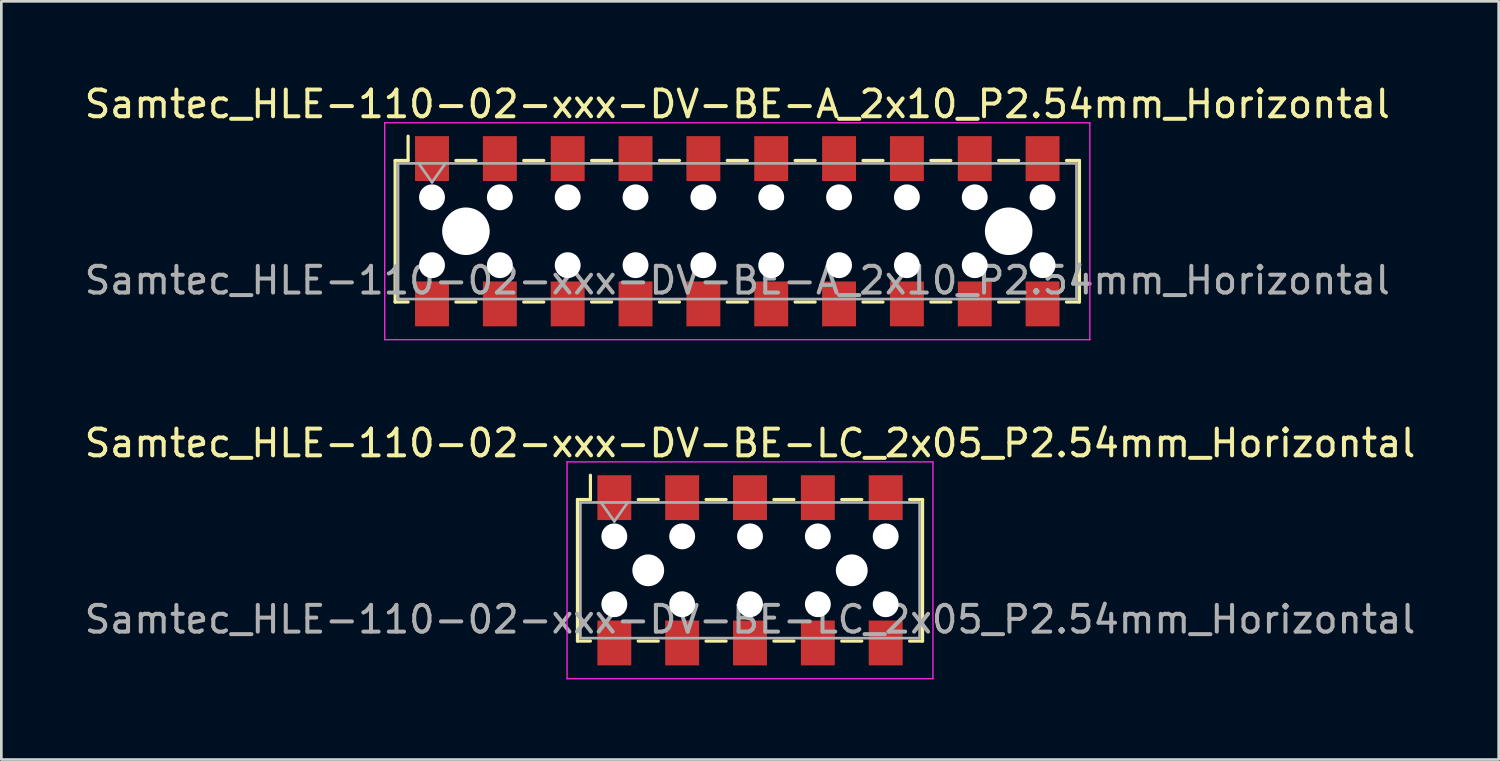
<source format=kicad_pcb>
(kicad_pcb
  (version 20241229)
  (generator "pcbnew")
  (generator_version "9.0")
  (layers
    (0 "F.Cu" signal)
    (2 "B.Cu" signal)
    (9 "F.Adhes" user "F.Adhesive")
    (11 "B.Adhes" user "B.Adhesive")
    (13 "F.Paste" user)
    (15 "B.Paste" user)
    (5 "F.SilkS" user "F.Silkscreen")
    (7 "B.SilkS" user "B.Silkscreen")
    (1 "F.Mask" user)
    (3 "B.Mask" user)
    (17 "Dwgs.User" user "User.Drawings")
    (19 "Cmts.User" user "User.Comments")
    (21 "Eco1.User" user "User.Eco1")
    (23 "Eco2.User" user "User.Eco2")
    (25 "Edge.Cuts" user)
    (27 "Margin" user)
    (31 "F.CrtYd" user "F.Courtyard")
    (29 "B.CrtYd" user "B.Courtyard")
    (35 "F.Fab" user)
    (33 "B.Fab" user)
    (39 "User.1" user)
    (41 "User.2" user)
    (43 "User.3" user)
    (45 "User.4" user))
  (footprint "Samtec_HLE-110-02-xxx-DV-BE-A_2x10_P2.54mm_Horizontal"
    (layer "F.Cu")
    (at 24.554 5.608)
    (property "Reference" "Samtec_HLE-110-02-xxx-DV-BE-A_2x10_P2.54mm_Horizontal" (at 0 -4.76 0) (layer "F.SilkS") (effects (font (size 1 1) (thickness 0.15))))
    (attr smd)
    (fp_line (start -12.81 -2.65) (end -12.81 2.65) (stroke (width 0.12) (type solid)) (layer "F.SilkS"))
    (fp_line (start -12.81 2.65) (end -12.325 2.65) (stroke (width 0.12) (type solid)) (layer "F.SilkS"))
    (fp_line (start -12.325 -3.56) (end -12.325 -2.65) (stroke (width 0.12) (type solid)) (layer "F.SilkS"))
    (fp_line (start -12.325 -2.65) (end -12.81 -2.65) (stroke (width 0.12) (type solid)) (layer "F.SilkS"))
    (fp_line (start -10.535 -2.65) (end -9.785 -2.65) (stroke (width 0.12) (type solid)) (layer "F.SilkS"))
    (fp_line (start -10.535 2.65) (end -9.785 2.65) (stroke (width 0.12) (type solid)) (layer "F.SilkS"))
    (fp_line (start -7.995 -2.65) (end -7.245 -2.65) (stroke (width 0.12) (type solid)) (layer "F.SilkS"))
    (fp_line (start -7.995 2.65) (end -7.245 2.65) (stroke (width 0.12) (type solid)) (layer "F.SilkS"))
    (fp_line (start -5.455 -2.65) (end -4.705 -2.65) (stroke (width 0.12) (type solid)) (layer "F.SilkS"))
    (fp_line (start -5.455 2.65) (end -4.705 2.65) (stroke (width 0.12) (type solid)) (layer "F.SilkS"))
    (fp_line (start -2.915 -2.65) (end -2.165 -2.65) (stroke (width 0.12) (type solid)) (layer "F.SilkS"))
    (fp_line (start -2.915 2.65) (end -2.165 2.65) (stroke (width 0.12) (type solid)) (layer "F.SilkS"))
    (fp_line (start -0.375 -2.65) (end 0.375 -2.65) (stroke (width 0.12) (type solid)) (layer "F.SilkS"))
    (fp_line (start -0.375 2.65) (end 0.375 2.65) (stroke (width 0.12) (type solid)) (layer "F.SilkS"))
    (fp_line (start 2.165 -2.65) (end 2.915 -2.65) (stroke (width 0.12) (type solid)) (layer "F.SilkS"))
    (fp_line (start 2.165 2.65) (end 2.915 2.65) (stroke (width 0.12) (type solid)) (layer "F.SilkS"))
    (fp_line (start 4.705 -2.65) (end 5.455 -2.65) (stroke (width 0.12) (type solid)) (layer "F.SilkS"))
    (fp_line (start 4.705 2.65) (end 5.455 2.65) (stroke (width 0.12) (type solid)) (layer "F.SilkS"))
    (fp_line (start 7.245 -2.65) (end 7.995 -2.65) (stroke (width 0.12) (type solid)) (layer "F.SilkS"))
    (fp_line (start 7.245 2.65) (end 7.995 2.65) (stroke (width 0.12) (type solid)) (layer "F.SilkS"))
    (fp_line (start 9.785 -2.65) (end 10.535 -2.65) (stroke (width 0.12) (type solid)) (layer "F.SilkS"))
    (fp_line (start 9.785 2.65) (end 10.535 2.65) (stroke (width 0.12) (type solid)) (layer "F.SilkS"))
    (fp_line (start 12.325 -2.65) (end 12.81 -2.65) (stroke (width 0.12) (type solid)) (layer "F.SilkS"))
    (fp_line (start 12.81 -2.65) (end 12.81 2.65) (stroke (width 0.12) (type solid)) (layer "F.SilkS"))
    (fp_line (start 12.81 2.65) (end 12.325 2.65) (stroke (width 0.12) (type solid)) (layer "F.SilkS"))
    (fp_line (start -13.2 -4.06) (end 13.2 -4.06) (stroke (width 0.05) (type solid)) (layer "F.CrtYd"))
    (fp_line (start -13.2 4.06) (end -13.2 -4.06) (stroke (width 0.05) (type solid)) (layer "F.CrtYd"))
    (fp_line (start 13.2 -4.06) (end 13.2 4.06) (stroke (width 0.05) (type solid)) (layer "F.CrtYd"))
    (fp_line (start 13.2 4.06) (end -13.2 4.06) (stroke (width 0.05) (type solid)) (layer "F.CrtYd"))
    (fp_line (start -12.7 -2.54) (end 12.7 -2.54) (stroke (width 0.1) (type solid)) (layer "F.Fab"))
    (fp_line (start -12.7 2.54) (end -12.7 -2.54) (stroke (width 0.1) (type solid)) (layer "F.Fab"))
    (fp_line (start -11.93 -2.54) (end -11.43 -1.833) (stroke (width 0.1) (type solid)) (layer "F.Fab"))
    (fp_line (start -11.43 -1.833) (end -10.93 -2.54) (stroke (width 0.1) (type solid)) (layer "F.Fab"))
    (fp_line (start 12.7 -2.54) (end 12.7 2.54) (stroke (width 0.1) (type solid)) (layer "F.Fab"))
    (fp_line (start 12.7 2.54) (end -12.7 2.54) (stroke (width 0.1) (type solid)) (layer "F.Fab"))
    (fp_text user "${REFERENCE}" (at 0 1.84 0) (layer "F.Fab") (effects (font (size 1 1) (thickness 0.15))))
    (pad "" np_thru_hole circle (at -11.43 -1.27) (size 0.97 0.97) (drill 0.97) (layers "*.Cu" "*.Mask"))
    (pad "" np_thru_hole circle (at -11.43 1.27) (size 0.97 0.97) (drill 0.97) (layers "*.Cu" "*.Mask"))
    (pad "" np_thru_hole circle (at -10.16 0) (size 1.78 1.78) (drill 1.78) (layers "*.Cu" "*.Mask"))
    (pad "" np_thru_hole circle (at -8.89 -1.27) (size 0.97 0.97) (drill 0.97) (layers "*.Cu" "*.Mask"))
    (pad "" np_thru_hole circle (at -8.89 1.27) (size 0.97 0.97) (drill 0.97) (layers "*.Cu" "*.Mask"))
    (pad "" np_thru_hole circle (at -6.35 -1.27) (size 0.97 0.97) (drill 0.97) (layers "*.Cu" "*.Mask"))
    (pad "" np_thru_hole circle (at -6.35 1.27) (size 0.97 0.97) (drill 0.97) (layers "*.Cu" "*.Mask"))
    (pad "" np_thru_hole circle (at -3.81 -1.27) (size 0.97 0.97) (drill 0.97) (layers "*.Cu" "*.Mask"))
    (pad "" np_thru_hole circle (at -3.81 1.27) (size 0.97 0.97) (drill 0.97) (layers "*.Cu" "*.Mask"))
    (pad "" np_thru_hole circle (at -1.27 -1.27) (size 0.97 0.97) (drill 0.97) (layers "*.Cu" "*.Mask"))
    (pad "" np_thru_hole circle (at -1.27 1.27) (size 0.97 0.97) (drill 0.97) (layers "*.Cu" "*.Mask"))
    (pad "" np_thru_hole circle (at 1.27 -1.27) (size 0.97 0.97) (drill 0.97) (layers "*.Cu" "*.Mask"))
    (pad "" np_thru_hole circle (at 1.27 1.27) (size 0.97 0.97) (drill 0.97) (layers "*.Cu" "*.Mask"))
    (pad "" np_thru_hole circle (at 3.81 -1.27) (size 0.97 0.97) (drill 0.97) (layers "*.Cu" "*.Mask"))
    (pad "" np_thru_hole circle (at 3.81 1.27) (size 0.97 0.97) (drill 0.97) (layers "*.Cu" "*.Mask"))
    (pad "" np_thru_hole circle (at 6.35 -1.27) (size 0.97 0.97) (drill 0.97) (layers "*.Cu" "*.Mask"))
    (pad "" np_thru_hole circle (at 6.35 1.27) (size 0.97 0.97) (drill 0.97) (layers "*.Cu" "*.Mask"))
    (pad "" np_thru_hole circle (at 8.89 -1.27) (size 0.97 0.97) (drill 0.97) (layers "*.Cu" "*.Mask"))
    (pad "" np_thru_hole circle (at 8.89 1.27) (size 0.97 0.97) (drill 0.97) (layers "*.Cu" "*.Mask"))
    (pad "" np_thru_hole circle (at 10.16 0) (size 1.78 1.78) (drill 1.78) (layers "*.Cu" "*.Mask"))
    (pad "" np_thru_hole circle (at 11.43 -1.27) (size 0.97 0.97) (drill 0.97) (layers "*.Cu" "*.Mask"))
    (pad "" np_thru_hole circle (at 11.43 1.27) (size 0.97 0.97) (drill 0.97) (layers "*.Cu" "*.Mask"))
    (pad "1" smd rect (at -11.43 -2.72) (size 1.27 1.68) (layers "F.Cu" "F.Mask" "F.Paste"))
    (pad "2" smd rect (at -11.43 2.72) (size 1.27 1.68) (layers "F.Cu" "F.Mask" "F.Paste"))
    (pad "3" smd rect (at -8.89 -2.72) (size 1.27 1.68) (layers "F.Cu" "F.Mask" "F.Paste"))
    (pad "4" smd rect (at -8.89 2.72) (size 1.27 1.68) (layers "F.Cu" "F.Mask" "F.Paste"))
    (pad "5" smd rect (at -6.35 -2.72) (size 1.27 1.68) (layers "F.Cu" "F.Mask" "F.Paste"))
    (pad "6" smd rect (at -6.35 2.72) (size 1.27 1.68) (layers "F.Cu" "F.Mask" "F.Paste"))
    (pad "7" smd rect (at -3.81 -2.72) (size 1.27 1.68) (layers "F.Cu" "F.Mask" "F.Paste"))
    (pad "8" smd rect (at -3.81 2.72) (size 1.27 1.68) (layers "F.Cu" "F.Mask" "F.Paste"))
    (pad "9" smd rect (at -1.27 -2.72) (size 1.27 1.68) (layers "F.Cu" "F.Mask" "F.Paste"))
    (pad "10" smd rect (at -1.27 2.72) (size 1.27 1.68) (layers "F.Cu" "F.Mask" "F.Paste"))
    (pad "11" smd rect (at 1.27 -2.72) (size 1.27 1.68) (layers "F.Cu" "F.Mask" "F.Paste"))
    (pad "12" smd rect (at 1.27 2.72) (size 1.27 1.68) (layers "F.Cu" "F.Mask" "F.Paste"))
    (pad "13" smd rect (at 3.81 -2.72) (size 1.27 1.68) (layers "F.Cu" "F.Mask" "F.Paste"))
    (pad "14" smd rect (at 3.81 2.72) (size 1.27 1.68) (layers "F.Cu" "F.Mask" "F.Paste"))
    (pad "15" smd rect (at 6.35 -2.72) (size 1.27 1.68) (layers "F.Cu" "F.Mask" "F.Paste"))
    (pad "16" smd rect (at 6.35 2.72) (size 1.27 1.68) (layers "F.Cu" "F.Mask" "F.Paste"))
    (pad "17" smd rect (at 8.89 -2.72) (size 1.27 1.68) (layers "F.Cu" "F.Mask" "F.Paste"))
    (pad "18" smd rect (at 8.89 2.72) (size 1.27 1.68) (layers "F.Cu" "F.Mask" "F.Paste"))
    (pad "19" smd rect (at 11.43 -2.72) (size 1.27 1.68) (layers "F.Cu" "F.Mask" "F.Paste"))
    (pad "20" smd rect (at 11.43 2.72) (size 1.27 1.68) (layers "F.Cu" "F.Mask" "F.Paste")))
  (footprint "Samtec_HLE-110-02-xxx-DV-BE-LC_2x05_P2.54mm_Horizontal"
    (layer "F.Cu")
    (at 25.03 18.302)
    (property "Reference" "Samtec_HLE-110-02-xxx-DV-BE-LC_2x05_P2.54mm_Horizontal" (at 0 -4.76 0) (layer "F.SilkS") (effects (font (size 1 1) (thickness 0.15))))
    (attr smd)
    (fp_line (start -6.46 -2.65) (end -6.46 2.65) (stroke (width 0.12) (type solid)) (layer "F.SilkS"))
    (fp_line (start -6.46 2.65) (end -5.975 2.65) (stroke (width 0.12) (type solid)) (layer "F.SilkS"))
    (fp_line (start -5.975 -3.56) (end -5.975 -2.65) (stroke (width 0.12) (type solid)) (layer "F.SilkS"))
    (fp_line (start -5.975 -2.65) (end -6.46 -2.65) (stroke (width 0.12) (type solid)) (layer "F.SilkS"))
    (fp_line (start -4.185 -2.65) (end -3.435 -2.65) (stroke (width 0.12) (type solid)) (layer "F.SilkS"))
    (fp_line (start -4.185 2.65) (end -3.435 2.65) (stroke (width 0.12) (type solid)) (layer "F.SilkS"))
    (fp_line (start -1.645 -2.65) (end -0.895 -2.65) (stroke (width 0.12) (type solid)) (layer "F.SilkS"))
    (fp_line (start -1.645 2.65) (end -0.895 2.65) (stroke (width 0.12) (type solid)) (layer "F.SilkS"))
    (fp_line (start 0.895 -2.65) (end 1.645 -2.65) (stroke (width 0.12) (type solid)) (layer "F.SilkS"))
    (fp_line (start 0.895 2.65) (end 1.645 2.65) (stroke (width 0.12) (type solid)) (layer "F.SilkS"))
    (fp_line (start 3.435 -2.65) (end 4.185 -2.65) (stroke (width 0.12) (type solid)) (layer "F.SilkS"))
    (fp_line (start 3.435 2.65) (end 4.185 2.65) (stroke (width 0.12) (type solid)) (layer "F.SilkS"))
    (fp_line (start 5.975 -2.65) (end 6.46 -2.65) (stroke (width 0.12) (type solid)) (layer "F.SilkS"))
    (fp_line (start 6.46 -2.65) (end 6.46 2.65) (stroke (width 0.12) (type solid)) (layer "F.SilkS"))
    (fp_line (start 6.46 2.65) (end 5.975 2.65) (stroke (width 0.12) (type solid)) (layer "F.SilkS"))
    (fp_line (start -6.85 -4.06) (end 6.85 -4.06) (stroke (width 0.05) (type solid)) (layer "F.CrtYd"))
    (fp_line (start -6.85 4.06) (end -6.85 -4.06) (stroke (width 0.05) (type solid)) (layer "F.CrtYd"))
    (fp_line (start 6.85 -4.06) (end 6.85 4.06) (stroke (width 0.05) (type solid)) (layer "F.CrtYd"))
    (fp_line (start 6.85 4.06) (end -6.85 4.06) (stroke (width 0.05) (type solid)) (layer "F.CrtYd"))
    (fp_line (start -6.35 -2.54) (end 6.35 -2.54) (stroke (width 0.1) (type solid)) (layer "F.Fab"))
    (fp_line (start -6.35 2.54) (end -6.35 -2.54) (stroke (width 0.1) (type solid)) (layer "F.Fab"))
    (fp_line (start -5.58 -2.54) (end -5.08 -1.833) (stroke (width 0.1) (type solid)) (layer "F.Fab"))
    (fp_line (start -5.08 -1.833) (end -4.58 -2.54) (stroke (width 0.1) (type solid)) (layer "F.Fab"))
    (fp_line (start 6.35 -2.54) (end 6.35 2.54) (stroke (width 0.1) (type solid)) (layer "F.Fab"))
    (fp_line (start 6.35 2.54) (end -6.35 2.54) (stroke (width 0.1) (type solid)) (layer "F.Fab"))
    (fp_text user "${REFERENCE}" (at 0 1.84 0) (layer "F.Fab") (effects (font (size 1 1) (thickness 0.15))))
    (pad "" np_thru_hole circle (at -5.08 -1.27) (size 0.97 0.97) (drill 0.97) (layers "*.Cu" "*.Mask"))
    (pad "" np_thru_hole circle (at -5.08 1.27) (size 0.97 0.97) (drill 0.97) (layers "*.Cu" "*.Mask"))
    (pad "" np_thru_hole circle (at -3.81 0) (size 1.19 1.19) (drill 1.19) (layers "*.Cu" "*.Mask"))
    (pad "" np_thru_hole circle (at -2.54 -1.27) (size 0.97 0.97) (drill 0.97) (layers "*.Cu" "*.Mask"))
    (pad "" np_thru_hole circle (at -2.54 1.27) (size 0.97 0.97) (drill 0.97) (layers "*.Cu" "*.Mask"))
    (pad "" np_thru_hole circle (at 0 -1.27) (size 0.97 0.97) (drill 0.97) (layers "*.Cu" "*.Mask"))
    (pad "" np_thru_hole circle (at 0 1.27) (size 0.97 0.97) (drill 0.97) (layers "*.Cu" "*.Mask"))
    (pad "" np_thru_hole circle (at 2.54 -1.27) (size 0.97 0.97) (drill 0.97) (layers "*.Cu" "*.Mask"))
    (pad "" np_thru_hole circle (at 2.54 1.27) (size 0.97 0.97) (drill 0.97) (layers "*.Cu" "*.Mask"))
    (pad "" np_thru_hole circle (at 3.81 0) (size 1.19 1.19) (drill 1.19) (layers "*.Cu" "*.Mask"))
    (pad "" np_thru_hole circle (at 5.08 -1.27) (size 0.97 0.97) (drill 0.97) (layers "*.Cu" "*.Mask"))
    (pad "" np_thru_hole circle (at 5.08 1.27) (size 0.97 0.97) (drill 0.97) (layers "*.Cu" "*.Mask"))
    (pad "1" smd rect (at -5.08 -2.72) (size 1.27 1.68) (layers "F.Cu" "F.Mask" "F.Paste"))
    (pad "2" smd rect (at -5.08 2.72) (size 1.27 1.68) (layers "F.Cu" "F.Mask" "F.Paste"))
    (pad "3" smd rect (at -2.54 -2.72) (size 1.27 1.68) (layers "F.Cu" "F.Mask" "F.Paste"))
    (pad "4" smd rect (at -2.54 2.72) (size 1.27 1.68) (layers "F.Cu" "F.Mask" "F.Paste"))
    (pad "5" smd rect (at 0 -2.72) (size 1.27 1.68) (layers "F.Cu" "F.Mask" "F.Paste"))
    (pad "6" smd rect (at 0 2.72) (size 1.27 1.68) (layers "F.Cu" "F.Mask" "F.Paste"))
    (pad "7" smd rect (at 2.54 -2.72) (size 1.27 1.68) (layers "F.Cu" "F.Mask" "F.Paste"))
    (pad "8" smd rect (at 2.54 2.72) (size 1.27 1.68) (layers "F.Cu" "F.Mask" "F.Paste"))
    (pad "9" smd rect (at 5.08 -2.72) (size 1.27 1.68) (layers "F.Cu" "F.Mask" "F.Paste"))
    (pad "10" smd rect (at 5.08 2.72) (size 1.27 1.68) (layers "F.Cu" "F.Mask" "F.Paste")))
  (gr_rect
    (start -3 -3)
    (end 53.06 25.387)
    (stroke (width 0.1) (type default))
    (fill no)
    (layer "Edge.Cuts")))
</source>
